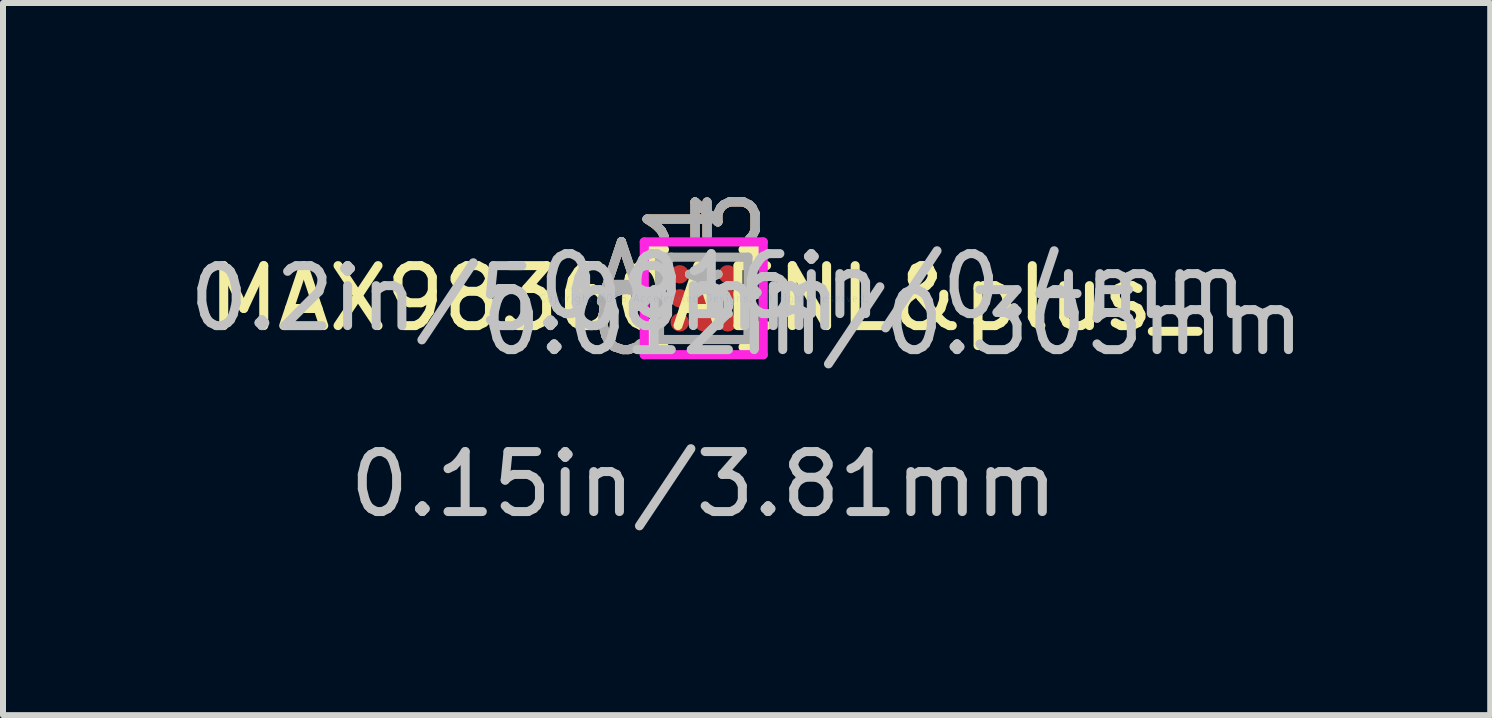
<source format=kicad_pcb>
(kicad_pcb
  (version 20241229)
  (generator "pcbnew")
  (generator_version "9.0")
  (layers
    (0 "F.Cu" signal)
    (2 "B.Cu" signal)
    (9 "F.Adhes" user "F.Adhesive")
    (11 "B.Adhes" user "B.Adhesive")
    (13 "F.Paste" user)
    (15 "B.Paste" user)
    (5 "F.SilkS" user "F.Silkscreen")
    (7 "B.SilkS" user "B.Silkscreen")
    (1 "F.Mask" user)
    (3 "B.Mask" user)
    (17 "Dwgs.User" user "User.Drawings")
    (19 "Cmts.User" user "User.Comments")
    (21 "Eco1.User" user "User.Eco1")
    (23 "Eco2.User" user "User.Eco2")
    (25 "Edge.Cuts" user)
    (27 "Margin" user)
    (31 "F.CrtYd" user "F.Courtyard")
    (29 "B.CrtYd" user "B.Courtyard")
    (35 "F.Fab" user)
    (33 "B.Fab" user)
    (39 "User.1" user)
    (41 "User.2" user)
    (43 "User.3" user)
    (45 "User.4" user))
  (footprint "MAX98360AENL&plus_"
    (layer "F.Cu")
    (at 8.679 1.922)
    (property "Reference" "MAX98360AENL&plus_" (at 0 0 0) (layer "F.SilkS") (effects (font (size 1 1) (thickness 0.15))))
    (attr through_hole)
    (fp_line (start -0.864 -0.813) (end -0.864 -0.543) (stroke (width 0.152) (type solid)) (layer "F.SilkS"))
    (fp_line (start -0.864 0.543) (end -0.864 0.813) (stroke (width 0.152) (type solid)) (layer "F.SilkS"))
    (fp_line (start -0.864 0.813) (end -0.655 0.813) (stroke (width 0.152) (type solid)) (layer "F.SilkS"))
    (fp_line (start -0.655 -0.813) (end -0.864 -0.813) (stroke (width 0.152) (type solid)) (layer "F.SilkS"))
    (fp_line (start 0.655 0.813) (end 0.864 0.813) (stroke (width 0.152) (type solid)) (layer "F.SilkS"))
    (fp_line (start 0.864 -0.813) (end 0.655 -0.813) (stroke (width 0.152) (type solid)) (layer "F.SilkS"))
    (fp_line (start 0.864 -0.543) (end 0.864 -0.813) (stroke (width 0.152) (type solid)) (layer "F.SilkS"))
    (fp_line (start 0.864 0.813) (end 0.864 0.543) (stroke (width 0.152) (type solid)) (layer "F.SilkS"))
    (fp_line (start -0.991 -0.94) (end 0.991 -0.94) (stroke (width 0.152) (type solid)) (layer "F.CrtYd"))
    (fp_line (start -0.991 0.94) (end -0.991 -0.94) (stroke (width 0.152) (type solid)) (layer "F.CrtYd"))
    (fp_line (start 0.991 -0.94) (end 0.991 0.94) (stroke (width 0.152) (type solid)) (layer "F.CrtYd"))
    (fp_line (start 0.991 0.94) (end -0.991 0.94) (stroke (width 0.152) (type solid)) (layer "F.CrtYd"))
    (fp_line (start -0.737 -0.686) (end -0.737 0.686) (stroke (width 0.152) (type solid)) (layer "F.Fab"))
    (fp_line (start -0.737 0.686) (end 0.737 0.686) (stroke (width 0.152) (type solid)) (layer "F.Fab"))
    (fp_line (start -0.537 -0.686) (end -0.737 -0.486) (stroke (width 0.152) (type solid)) (layer "F.Fab"))
    (fp_line (start 0.737 -0.686) (end -0.737 -0.686) (stroke (width 0.152) (type solid)) (layer "F.Fab"))
    (fp_line (start 0.737 0.686) (end 0.737 -0.686) (stroke (width 0.152) (type solid)) (layer "F.Fab"))
    (fp_text user "1" (at -0.4 -1.321 90) (layer "F.SilkS") (effects (font (size 1 1) (thickness 0.15))))
    (fp_text user "3" (at 0.4 -1.321 90) (layer "F.SilkS") (effects (font (size 1 1) (thickness 0.15))))
    (fp_text user "*" (at 0 0 0) (layer "F.SilkS") (effects (font (size 1 1) (thickness 0.15))))
    (fp_text user "C" (at -1.372 0.4 0) (layer "F.SilkS") (effects (font (size 1 1) (thickness 0.15))))
    (fp_text user "A" (at -1.372 -0.4 0) (layer "F.SilkS") (effects (font (size 1 1) (thickness 0.15))))
    (fp_text user "1" (at -0.4 -1.321 90) (layer "B.SilkS") (effects (font (size 1 1) (thickness 0.15))))
    (fp_text user "3" (at 0.4 -1.321 90) (layer "B.SilkS") (effects (font (size 1 1) (thickness 0.15))))
    (fp_text user "C" (at -1.372 0.4 0) (layer "B.SilkS") (effects (font (size 1 1) (thickness 0.15))))
    (fp_text user "A" (at -1.372 -0.4 0) (layer "B.SilkS") (effects (font (size 1 1) (thickness 0.15))))
    (fp_text user "0.15in/3.81mm" (at 0 3.099 0) (layer "Dwgs.User") (effects (font (size 1 1) (thickness 0.15))))
    (fp_text user "0.2in/5.08mm" (at -3.15 0 0) (layer "Dwgs.User") (effects (font (size 1 1) (thickness 0.15))))
    (fp_text user "0.016in/0.4mm" (at 3.15 -0.2 0) (layer "Dwgs.User") (effects (font (size 1 1) (thickness 0.15))))
    (fp_text user "0.012in/0.305mm" (at 3.15 0.4 0) (layer "Dwgs.User") (effects (font (size 1 1) (thickness 0.15))))
    (fp_text user "Copyright 2016 Accelerated Designs. All rights reserved." (at 0 0 0) (layer "Cmts.User") (effects (font (size 0.127 0.127) (thickness 0.002))))
    (fp_text user "A" (at -1.372 -0.4 0) (layer "F.Fab") (effects (font (size 1 1) (thickness 0.15))))
    (fp_text user "*" (at 0 0 0) (layer "F.Fab") (effects (font (size 1 1) (thickness 0.15))))
    (fp_text user "3" (at 0.4 -1.321 90) (layer "F.Fab") (effects (font (size 1 1) (thickness 0.15))))
    (fp_text user "C" (at -1.372 0.4 0) (layer "F.Fab") (effects (font (size 1 1) (thickness 0.15))))
    (fp_text user "1" (at -0.4 -1.321 90) (layer "F.Fab") (effects (font (size 1 1) (thickness 0.15))))
    (pad "A1" smd circle (at -0.4 -0.4) (size 0.305 0.305) (layers "F.Cu" "F.Mask" "F.Paste"))
    (pad "A2" smd circle (at 0 -0.4) (size 0.305 0.305) (layers "F.Cu" "F.Mask" "F.Paste"))
    (pad "A3" smd circle (at 0.4 -0.4) (size 0.305 0.305) (layers "F.Cu" "F.Mask" "F.Paste"))
    (pad "B1" smd circle (at -0.4 0) (size 0.305 0.305) (layers "F.Cu" "F.Mask" "F.Paste"))
    (pad "B2" smd circle (at 0 0) (size 0.305 0.305) (layers "F.Cu" "F.Mask" "F.Paste"))
    (pad "B3" smd circle (at 0.4 0) (size 0.305 0.305) (layers "F.Cu" "F.Mask" "F.Paste"))
    (pad "C1" smd circle (at -0.4 0.4) (size 0.305 0.305) (layers "F.Cu" "F.Mask" "F.Paste"))
    (pad "C2" smd circle (at 0 0.4) (size 0.305 0.305) (layers "F.Cu" "F.Mask" "F.Paste"))
    (pad "C3" smd circle (at 0.4 0.4) (size 0.305 0.305) (layers "F.Cu" "F.Mask" "F.Paste")))
  (gr_rect
    (start -3 -3)
    (end 21.787 8.869)
    (stroke (width 0.1) (type default))
    (fill no)
    (layer "Edge.Cuts")))
</source>
